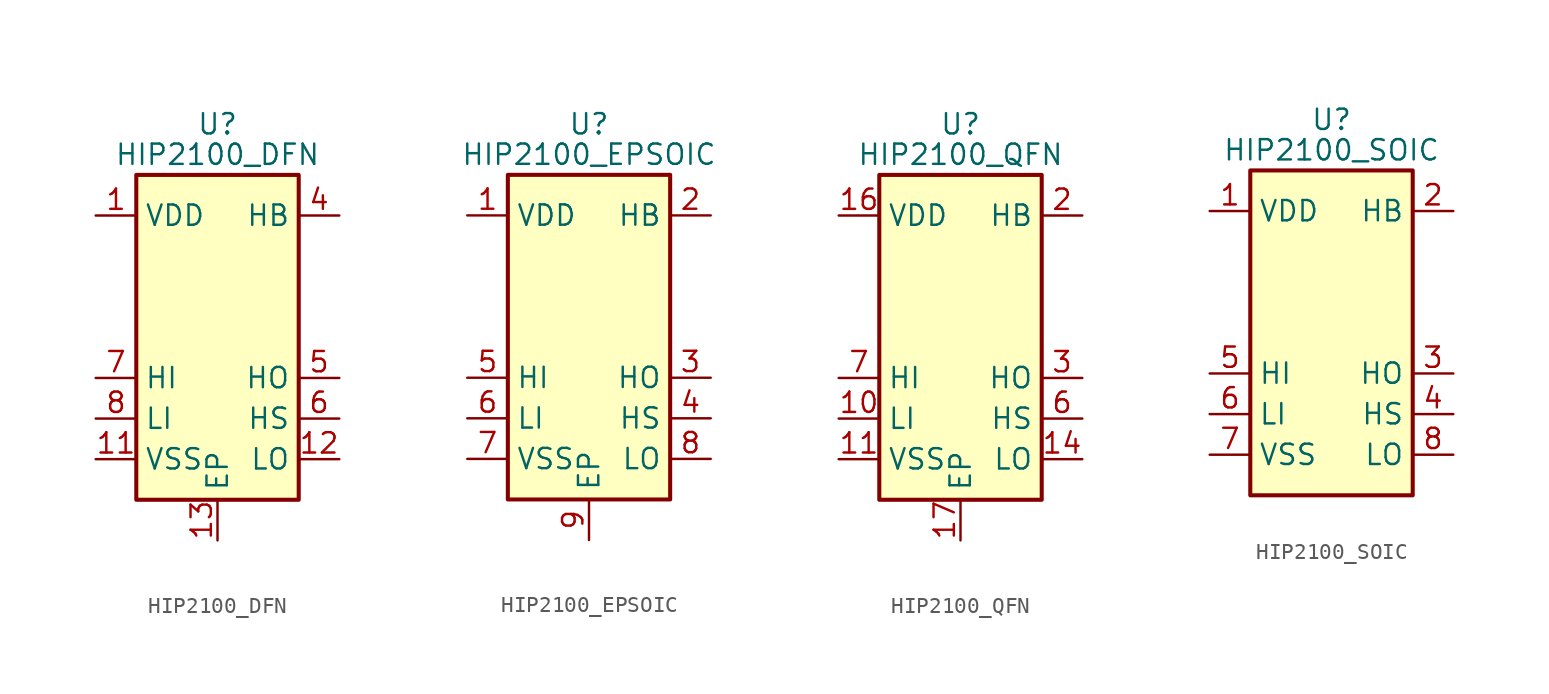
<source format=kicad_sym>
(kicad_symbol_lib
  (version 20211014)
  (generator kicad_symbol_editor)
  (symbol "HIP2100_DFN"
    (property "Reference" "U"
      (at 0 13.335 0)
      (effects (font (size 1.27 1.27))))
    (property "Value" "HIP2100_DFN"
      (at 0 11.43 0)
      (effects (font (size 1.27 1.27))))
    (symbol "HIP2100_DFN_0_1"
      (rectangle (start -5.08 -10.16) (end 5.08 10.16) (stroke (width 0.254) (type default) (color 0 0 0 0)) (fill (type background))))
    (symbol "HIP2100_DFN_1_1"
      (pin power_in line (at -7.62 7.62 0) (length 2.54) (name "VDD" (effects (font (size 1.27 1.27)))) (number "1" (effects (font (size 1.27 1.27)))))
      (pin no_connect line (at 5.08 2.54 180) (length 2.54) hide (name "NC" (effects (font (size 1.27 1.27)))) (number "10" (effects (font (size 1.27 1.27)))))
      (pin power_in line (at -7.62 -7.62 0) (length 2.54) (name "VSS" (effects (font (size 1.27 1.27)))) (number "11" (effects (font (size 1.27 1.27)))))
      (pin output line (at 7.62 -7.62 180) (length 2.54) (name "LO" (effects (font (size 1.27 1.27)))) (number "12" (effects (font (size 1.27 1.27)))))
      (pin output line (at 0 -12.7 90) (length 2.54) (name "EP" (effects (font (size 1.27 1.27)))) (number "13" (effects (font (size 1.27 1.27)))))
      (pin no_connect line (at -5.08 5.08 0) (length 2.54) hide (name "NC" (effects (font (size 1.27 1.27)))) (number "2" (effects (font (size 1.27 1.27)))))
      (pin no_connect line (at -5.08 2.54 0) (length 2.54) hide (name "NC" (effects (font (size 1.27 1.27)))) (number "3" (effects (font (size 1.27 1.27)))))
      (pin power_in line (at 7.62 7.62 180) (length 2.54) (name "HB" (effects (font (size 1.27 1.27)))) (number "4" (effects (font (size 1.27 1.27)))))
      (pin output line (at 7.62 -2.54 180) (length 2.54) (name "HO" (effects (font (size 1.27 1.27)))) (number "5" (effects (font (size 1.27 1.27)))))
      (pin passive line (at 7.62 -5.08 180) (length 2.54) (name "HS" (effects (font (size 1.27 1.27)))) (number "6" (effects (font (size 1.27 1.27)))))
      (pin input line (at -7.62 -2.54 0) (length 2.54) (name "HI" (effects (font (size 1.27 1.27)))) (number "7" (effects (font (size 1.27 1.27)))))
      (pin input line (at -7.62 -5.08 0) (length 2.54) (name "LI" (effects (font (size 1.27 1.27)))) (number "8" (effects (font (size 1.27 1.27)))))
      (pin no_connect line (at 5.08 5.08 180) (length 2.54) hide (name "NC" (effects (font (size 1.27 1.27)))) (number "9" (effects (font (size 1.27 1.27)))))))
  (symbol "HIP2100_EPSOIC"
    (property "Reference" "U"
      (at 0 13.335 0)
      (effects (font (size 1.27 1.27))))
    (property "Value" "HIP2100_EPSOIC"
      (at 0 11.43 0)
      (effects (font (size 1.27 1.27))))
    (symbol "HIP2100_EPSOIC_0_1"
      (rectangle (start -5.08 -10.16) (end 5.08 10.16) (stroke (width 0.254) (type default) (color 0 0 0 0)) (fill (type background))))
    (symbol "HIP2100_EPSOIC_1_1"
      (pin power_in line (at -7.62 7.62 0) (length 2.54) (name "VDD" (effects (font (size 1.27 1.27)))) (number "1" (effects (font (size 1.27 1.27)))))
      (pin power_in line (at 7.62 7.62 180) (length 2.54) (name "HB" (effects (font (size 1.27 1.27)))) (number "2" (effects (font (size 1.27 1.27)))))
      (pin output line (at 7.62 -2.54 180) (length 2.54) (name "HO" (effects (font (size 1.27 1.27)))) (number "3" (effects (font (size 1.27 1.27)))))
      (pin passive line (at 7.62 -5.08 180) (length 2.54) (name "HS" (effects (font (size 1.27 1.27)))) (number "4" (effects (font (size 1.27 1.27)))))
      (pin input line (at -7.62 -2.54 0) (length 2.54) (name "HI" (effects (font (size 1.27 1.27)))) (number "5" (effects (font (size 1.27 1.27)))))
      (pin input line (at -7.62 -5.08 0) (length 2.54) (name "LI" (effects (font (size 1.27 1.27)))) (number "6" (effects (font (size 1.27 1.27)))))
      (pin power_in line (at -7.62 -7.62 0) (length 2.54) (name "VSS" (effects (font (size 1.27 1.27)))) (number "7" (effects (font (size 1.27 1.27)))))
      (pin output line (at 7.62 -7.62 180) (length 2.54) (name "LO" (effects (font (size 1.27 1.27)))) (number "8" (effects (font (size 1.27 1.27)))))
      (pin output line (at 0 -12.7 90) (length 2.54) (name "EP" (effects (font (size 1.27 1.27)))) (number "9" (effects (font (size 1.27 1.27)))))))
  (symbol "HIP2100_QFN"
    (property "Reference" "U"
      (at 0 13.335 0)
      (effects (font (size 1.27 1.27))))
    (property "Value" "HIP2100_QFN"
      (at 0 11.43 0)
      (effects (font (size 1.27 1.27))))
    (symbol "HIP2100_QFN_0_1"
      (rectangle (start -5.08 -10.16) (end 5.08 10.16) (stroke (width 0.254) (type default) (color 0 0 0 0)) (fill (type background))))
    (symbol "HIP2100_QFN_1_1"
      (pin no_connect line (at -5.08 5.08 0) (length 2.54) hide (name "NC" (effects (font (size 1.27 1.27)))) (number "1" (effects (font (size 1.27 1.27)))))
      (pin input line (at -7.62 -5.08 0) (length 2.54) (name "LI" (effects (font (size 1.27 1.27)))) (number "10" (effects (font (size 1.27 1.27)))))
      (pin power_in line (at -7.62 -7.62 0) (length 2.54) (name "VSS" (effects (font (size 1.27 1.27)))) (number "11" (effects (font (size 1.27 1.27)))))
      (pin no_connect line (at 5.08 2.54 180) (length 2.54) hide (name "NC" (effects (font (size 1.27 1.27)))) (number "12" (effects (font (size 1.27 1.27)))))
      (pin no_connect line (at 5.08 0 180) (length 2.54) hide (name "NC" (effects (font (size 1.27 1.27)))) (number "13" (effects (font (size 1.27 1.27)))))
      (pin output line (at 7.62 -7.62 180) (length 2.54) (name "LO" (effects (font (size 1.27 1.27)))) (number "14" (effects (font (size 1.27 1.27)))))
      (pin no_connect line (at 5.08 -10.16 180) (length 2.54) hide (name "NC" (effects (font (size 1.27 1.27)))) (number "15" (effects (font (size 1.27 1.27)))))
      (pin power_in line (at -7.62 7.62 0) (length 2.54) (name "VDD" (effects (font (size 1.27 1.27)))) (number "16" (effects (font (size 1.27 1.27)))))
      (pin output line (at 0 -12.7 90) (length 2.54) (name "EP" (effects (font (size 1.27 1.27)))) (number "17" (effects (font (size 1.27 1.27)))))
      (pin power_in line (at 7.62 7.62 180) (length 2.54) (name "HB" (effects (font (size 1.27 1.27)))) (number "2" (effects (font (size 1.27 1.27)))))
      (pin output line (at 7.62 -2.54 180) (length 2.54) (name "HO" (effects (font (size 1.27 1.27)))) (number "3" (effects (font (size 1.27 1.27)))))
      (pin no_connect line (at -5.08 2.54 0) (length 2.54) hide (name "NC" (effects (font (size 1.27 1.27)))) (number "4" (effects (font (size 1.27 1.27)))))
      (pin no_connect line (at -5.08 0 0) (length 2.54) hide (name "NC" (effects (font (size 1.27 1.27)))) (number "5" (effects (font (size 1.27 1.27)))))
      (pin passive line (at 7.62 -5.08 180) (length 2.54) (name "HS" (effects (font (size 1.27 1.27)))) (number "6" (effects (font (size 1.27 1.27)))))
      (pin input line (at -7.62 -2.54 0) (length 2.54) (name "HI" (effects (font (size 1.27 1.27)))) (number "7" (effects (font (size 1.27 1.27)))))
      (pin no_connect line (at -5.08 -10.16 0) (length 2.54) hide (name "NC" (effects (font (size 1.27 1.27)))) (number "8" (effects (font (size 1.27 1.27)))))
      (pin no_connect line (at 5.08 5.08 180) (length 2.54) hide (name "NC" (effects (font (size 1.27 1.27)))) (number "9" (effects (font (size 1.27 1.27)))))))
  (symbol "HIP2100_SOIC"
    (property "Reference" "U"
      (at 0 13.335 0)
      (effects (font (size 1.27 1.27))))
    (property "Value" "HIP2100_SOIC"
      (at 0 11.43 0)
      (effects (font (size 1.27 1.27))))
    (symbol "HIP2100_SOIC_0_1"
      (rectangle (start -5.08 -10.16) (end 5.08 10.16) (stroke (width 0.254) (type default) (color 0 0 0 0)) (fill (type background))))
    (symbol "HIP2100_SOIC_1_1"
      (pin power_in line (at -7.62 7.62 0) (length 2.54) (name "VDD" (effects (font (size 1.27 1.27)))) (number "1" (effects (font (size 1.27 1.27)))))
      (pin power_in line (at 7.62 7.62 180) (length 2.54) (name "HB" (effects (font (size 1.27 1.27)))) (number "2" (effects (font (size 1.27 1.27)))))
      (pin output line (at 7.62 -2.54 180) (length 2.54) (name "HO" (effects (font (size 1.27 1.27)))) (number "3" (effects (font (size 1.27 1.27)))))
      (pin passive line (at 7.62 -5.08 180) (length 2.54) (name "HS" (effects (font (size 1.27 1.27)))) (number "4" (effects (font (size 1.27 1.27)))))
      (pin input line (at -7.62 -2.54 0) (length 2.54) (name "HI" (effects (font (size 1.27 1.27)))) (number "5" (effects (font (size 1.27 1.27)))))
      (pin input line (at -7.62 -5.08 0) (length 2.54) (name "LI" (effects (font (size 1.27 1.27)))) (number "6" (effects (font (size 1.27 1.27)))))
      (pin power_in line (at -7.62 -7.62 0) (length 2.54) (name "VSS" (effects (font (size 1.27 1.27)))) (number "7" (effects (font (size 1.27 1.27)))))
      (pin output line (at 7.62 -7.62 180) (length 2.54) (name "LO" (effects (font (size 1.27 1.27)))) (number "8" (effects (font (size 1.27 1.27))))))))
</source>
